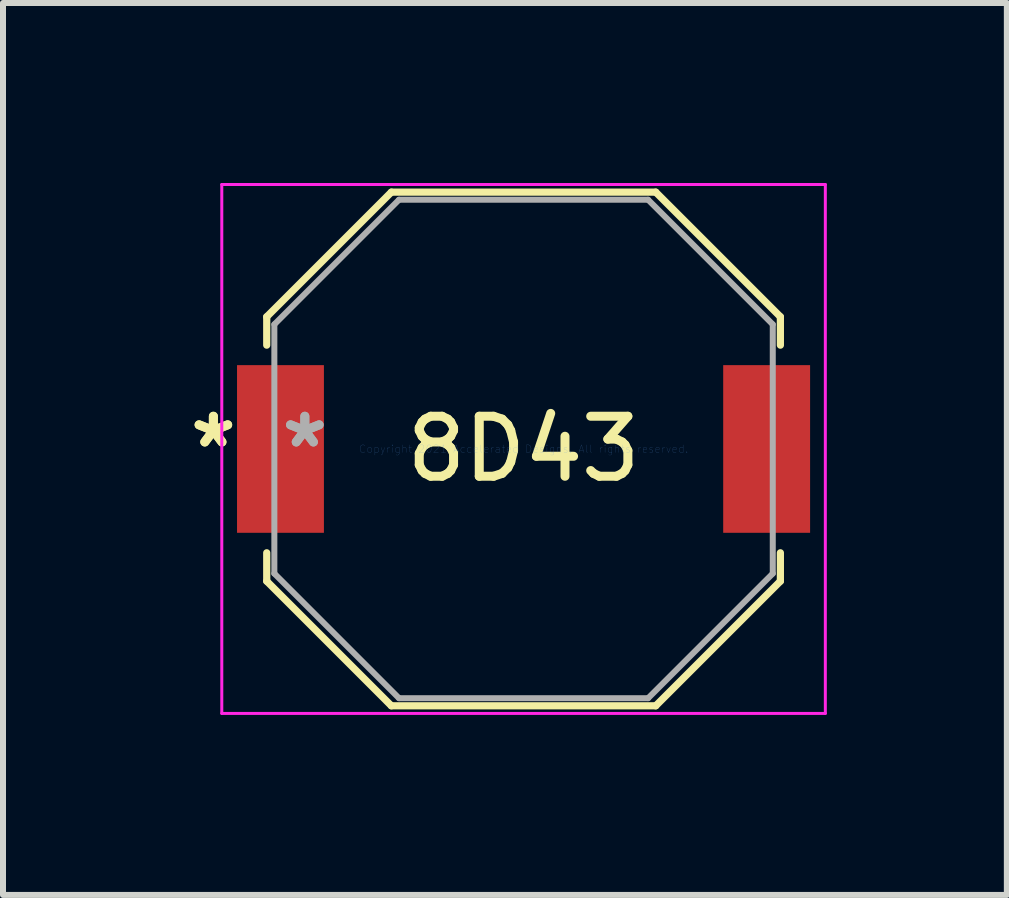
<source format=kicad_pcb>
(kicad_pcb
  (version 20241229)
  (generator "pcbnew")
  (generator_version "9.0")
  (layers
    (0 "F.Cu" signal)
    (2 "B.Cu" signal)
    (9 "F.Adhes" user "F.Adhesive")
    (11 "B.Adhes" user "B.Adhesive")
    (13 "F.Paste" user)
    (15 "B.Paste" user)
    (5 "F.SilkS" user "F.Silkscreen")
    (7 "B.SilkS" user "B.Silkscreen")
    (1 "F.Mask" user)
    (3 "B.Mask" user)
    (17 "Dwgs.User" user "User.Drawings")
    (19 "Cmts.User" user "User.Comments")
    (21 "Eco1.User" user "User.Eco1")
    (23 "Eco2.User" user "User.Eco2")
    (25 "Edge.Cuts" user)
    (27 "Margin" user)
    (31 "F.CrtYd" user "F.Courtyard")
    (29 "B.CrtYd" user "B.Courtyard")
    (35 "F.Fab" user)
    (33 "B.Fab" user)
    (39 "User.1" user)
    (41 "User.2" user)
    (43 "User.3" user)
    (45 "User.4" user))
  (footprint "8D43"
    (layer "F.Cu")
    (at 5.675 4.432)
    (property "Reference" "8D43" (at 0 0 0) (layer "F.SilkS") (effects (font (size 1 1) (thickness 0.15))))
    (attr through_hole)
    (fp_line (start -4.28 -2.203) (end -4.28 -1.73) (stroke (width 0.12) (type solid)) (layer "F.SilkS"))
    (fp_line (start -4.28 1.73) (end -4.28 2.203) (stroke (width 0.12) (type solid)) (layer "F.SilkS"))
    (fp_line (start -4.28 2.203) (end -2.203 4.28) (stroke (width 0.12) (type solid)) (layer "F.SilkS"))
    (fp_line (start -2.203 -4.28) (end -4.28 -2.203) (stroke (width 0.12) (type solid)) (layer "F.SilkS"))
    (fp_line (start -2.203 4.28) (end 2.203 4.28) (stroke (width 0.12) (type solid)) (layer "F.SilkS"))
    (fp_line (start 2.203 -4.28) (end -2.203 -4.28) (stroke (width 0.12) (type solid)) (layer "F.SilkS"))
    (fp_line (start 2.203 4.28) (end 4.28 2.203) (stroke (width 0.12) (type solid)) (layer "F.SilkS"))
    (fp_line (start 4.28 -2.203) (end 2.203 -4.28) (stroke (width 0.12) (type solid)) (layer "F.SilkS"))
    (fp_line (start 4.28 -1.73) (end 4.28 -2.203) (stroke (width 0.12) (type solid)) (layer "F.SilkS"))
    (fp_line (start 4.28 2.203) (end 4.28 1.73) (stroke (width 0.12) (type solid)) (layer "F.SilkS"))
    (fp_line (start -5.029 -4.407) (end 5.029 -4.407) (stroke (width 0.05) (type solid)) (layer "F.CrtYd"))
    (fp_line (start -5.029 4.407) (end -5.029 -4.407) (stroke (width 0.05) (type solid)) (layer "F.CrtYd"))
    (fp_line (start 5.029 -4.407) (end 5.029 4.407) (stroke (width 0.05) (type solid)) (layer "F.CrtYd"))
    (fp_line (start 5.029 4.407) (end -5.029 4.407) (stroke (width 0.05) (type solid)) (layer "F.CrtYd"))
    (fp_line (start -4.153 -2.076) (end -4.153 2.076) (stroke (width 0.1) (type solid)) (layer "F.Fab"))
    (fp_line (start -4.153 2.076) (end -2.076 4.153) (stroke (width 0.1) (type solid)) (layer "F.Fab"))
    (fp_line (start -2.076 -4.153) (end -4.153 -2.076) (stroke (width 0.1) (type solid)) (layer "F.Fab"))
    (fp_line (start -2.076 4.153) (end 2.076 4.153) (stroke (width 0.1) (type solid)) (layer "F.Fab"))
    (fp_line (start 2.076 -4.153) (end -2.076 -4.153) (stroke (width 0.1) (type solid)) (layer "F.Fab"))
    (fp_line (start 2.076 4.153) (end 4.153 2.076) (stroke (width 0.1) (type solid)) (layer "F.Fab"))
    (fp_line (start 4.153 -2.076) (end 2.076 -4.153) (stroke (width 0.1) (type solid)) (layer "F.Fab"))
    (fp_line (start 4.153 2.076) (end 4.153 -2.076) (stroke (width 0.1) (type solid)) (layer "F.Fab"))
    (fp_text user "*" (at -5.169 0 0) (layer "F.SilkS") (effects (font (size 1 1) (thickness 0.15))))
    (fp_text user "*" (at -5.169 0 0) (layer "F.SilkS") (effects (font (size 1 1) (thickness 0.15))))
    (fp_text user "Copyright 2021 Accelerated Designs. All rights reserved." (at 0 0 0) (layer "Cmts.User") (effects (font (size 0.127 0.127) (thickness 0.002))))
    (fp_text user "*" (at -3.645 0 0) (layer "F.Fab") (effects (font (size 1 1) (thickness 0.15))))
    (fp_text user "*" (at -3.645 0 0) (layer "F.Fab") (effects (font (size 1 1) (thickness 0.15))))
    (pad "1" smd rect (at -4.051 0) (size 1.448 2.794) (layers "F.Cu" "F.Mask" "F.Paste"))
    (pad "2" smd rect (at 4.051 0) (size 1.448 2.794) (layers "F.Cu" "F.Mask" "F.Paste")))
  (gr_rect
    (start -3 -3)
    (end 13.729 11.864)
    (stroke (width 0.1) (type default))
    (fill no)
    (layer "Edge.Cuts")))
</source>
